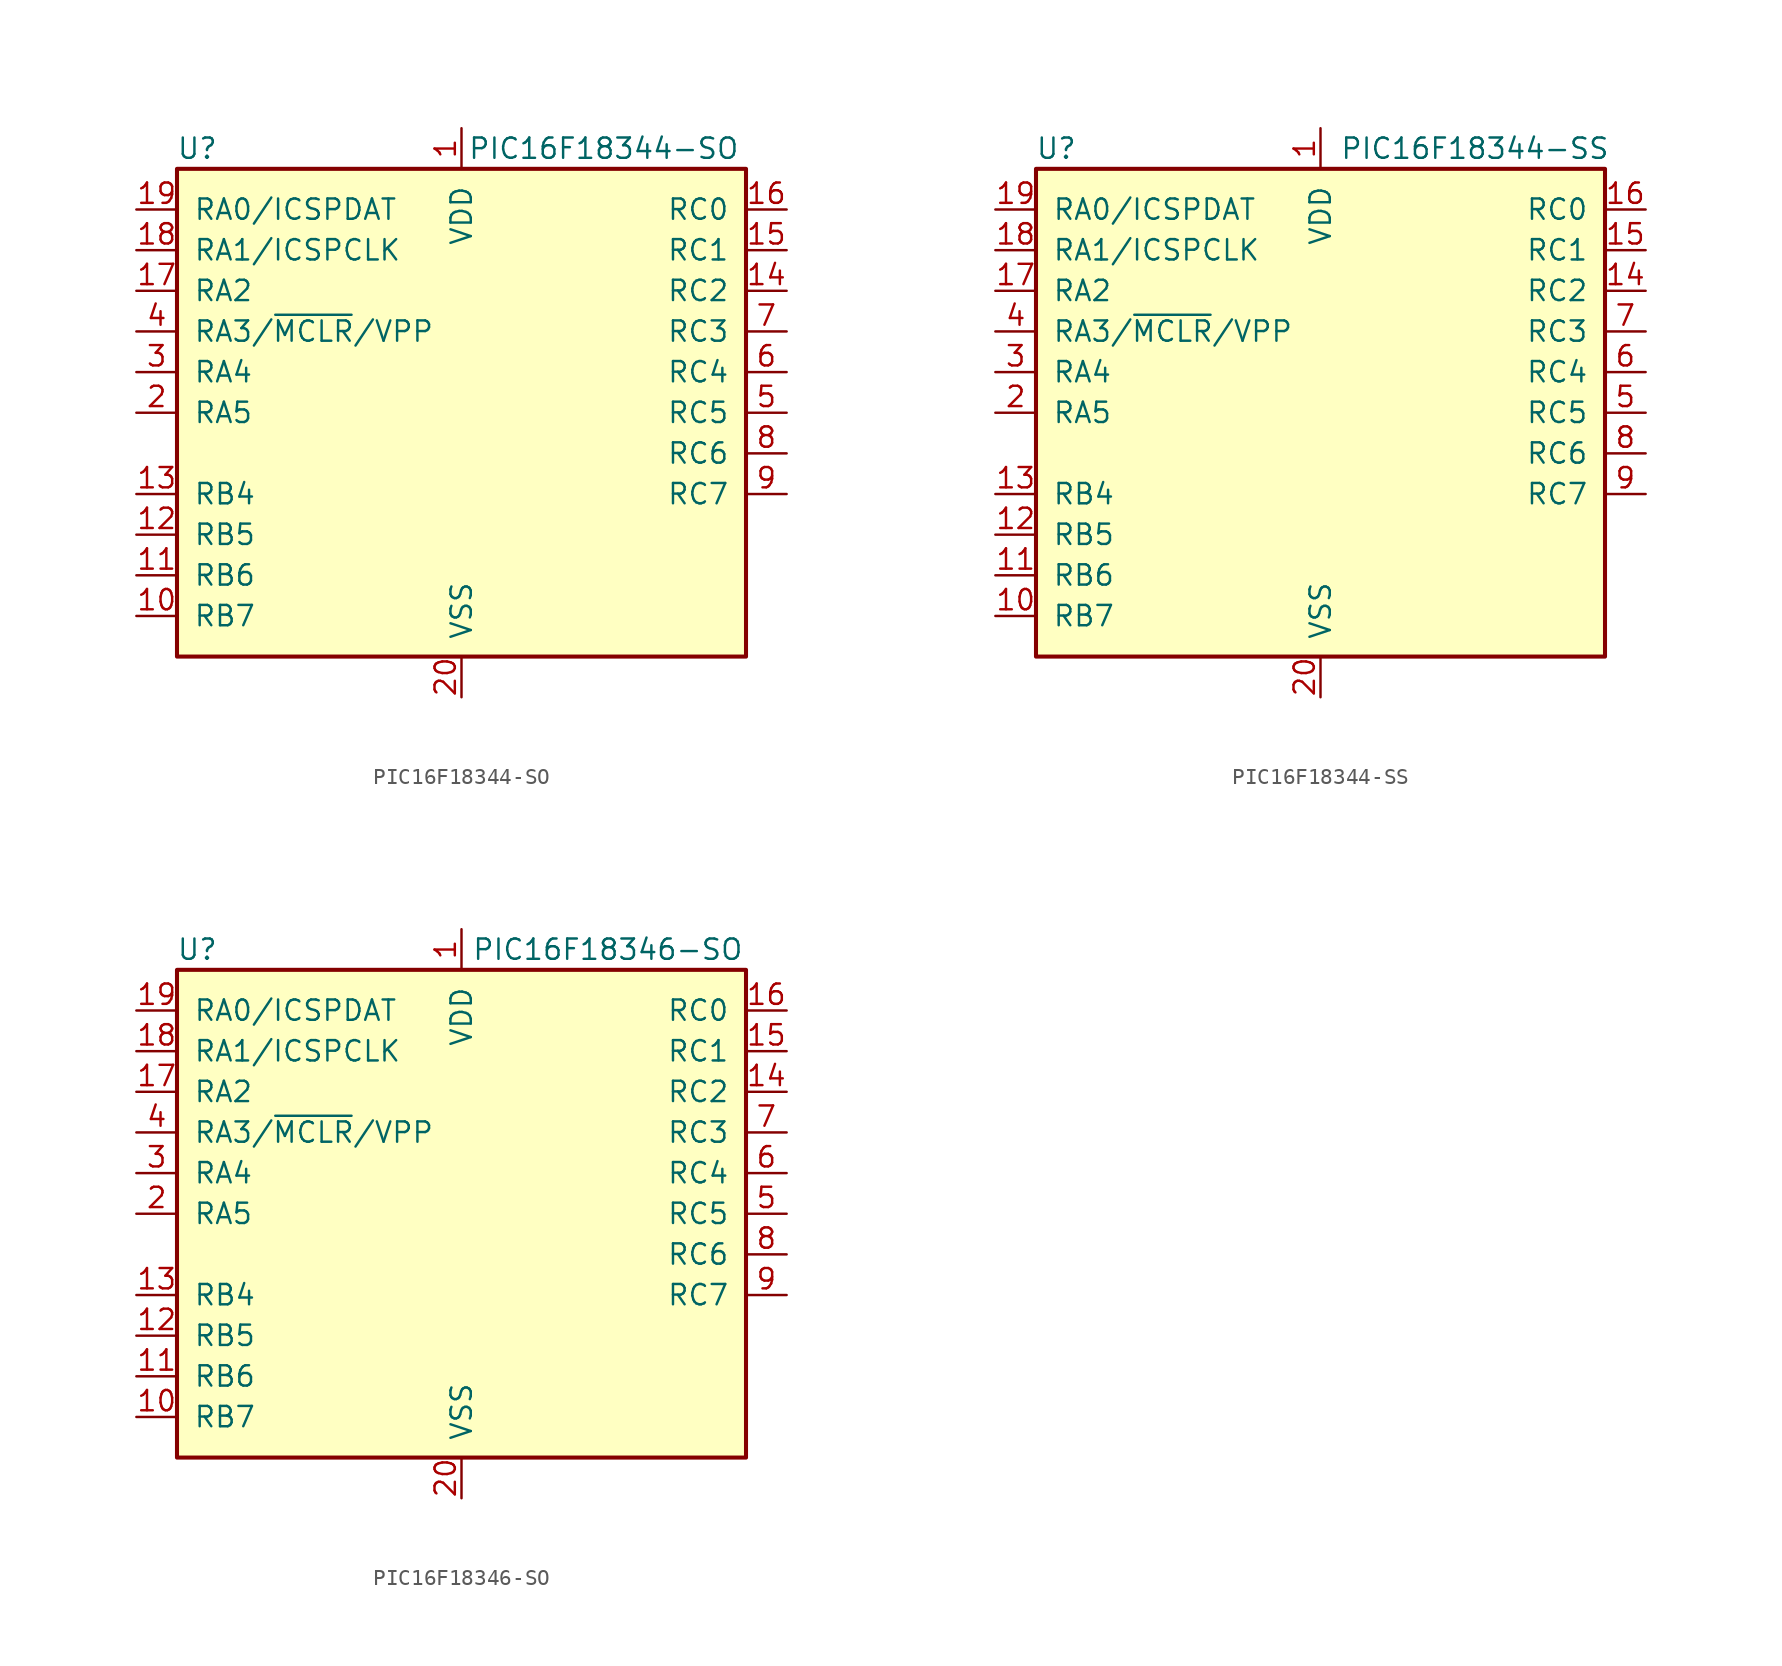
<source format=kicad_sym>
(kicad_symbol_lib
  (version 20211014)
  (generator kicad_symbol_editor)
  (symbol "PIC16F18344-SO"
    (pin_names
      (offset 1.016))
    (property "Reference" "U"
      (at -16.51 16.51 0)
      (effects (font (size 1.27 1.27))))
    (property "Value" "PIC16F18344-SO"
      (at 8.89 16.51 0)
      (effects (font (size 1.27 1.27))))
    (symbol "PIC16F18344-SO_0_1"
      (rectangle (start -17.78 15.24) (end 17.78 -15.24) (stroke (width 0.254) (type default) (color 0 0 0 0)) (fill (type background))))
    (symbol "PIC16F18344-SO_1_1"
      (pin power_in line (at 0 17.78 270) (length 2.54) (name "VDD" (effects (font (size 1.27 1.27)))) (number "1" (effects (font (size 1.27 1.27)))))
      (pin bidirectional line (at -20.32 -12.7 0) (length 2.54) (name "RB7" (effects (font (size 1.27 1.27)))) (number "10" (effects (font (size 1.27 1.27)))))
      (pin bidirectional line (at -20.32 -10.16 0) (length 2.54) (name "RB6" (effects (font (size 1.27 1.27)))) (number "11" (effects (font (size 1.27 1.27)))))
      (pin bidirectional line (at -20.32 -7.62 0) (length 2.54) (name "RB5" (effects (font (size 1.27 1.27)))) (number "12" (effects (font (size 1.27 1.27)))))
      (pin bidirectional line (at -20.32 -5.08 0) (length 2.54) (name "RB4" (effects (font (size 1.27 1.27)))) (number "13" (effects (font (size 1.27 1.27)))))
      (pin bidirectional line (at 20.32 7.62 180) (length 2.54) (name "RC2" (effects (font (size 1.27 1.27)))) (number "14" (effects (font (size 1.27 1.27)))))
      (pin bidirectional line (at 20.32 10.16 180) (length 2.54) (name "RC1" (effects (font (size 1.27 1.27)))) (number "15" (effects (font (size 1.27 1.27)))))
      (pin bidirectional line (at 20.32 12.7 180) (length 2.54) (name "RC0" (effects (font (size 1.27 1.27)))) (number "16" (effects (font (size 1.27 1.27)))))
      (pin bidirectional line (at -20.32 7.62 0) (length 2.54) (name "RA2" (effects (font (size 1.27 1.27)))) (number "17" (effects (font (size 1.27 1.27)))))
      (pin bidirectional line (at -20.32 10.16 0) (length 2.54) (name "RA1/ICSPCLK" (effects (font (size 1.27 1.27)))) (number "18" (effects (font (size 1.27 1.27)))))
      (pin bidirectional line (at -20.32 12.7 0) (length 2.54) (name "RA0/ICSPDAT" (effects (font (size 1.27 1.27)))) (number "19" (effects (font (size 1.27 1.27)))))
      (pin bidirectional line (at -20.32 0 0) (length 2.54) (name "RA5" (effects (font (size 1.27 1.27)))) (number "2" (effects (font (size 1.27 1.27)))))
      (pin power_in line (at 0 -17.78 90) (length 2.54) (name "VSS" (effects (font (size 1.27 1.27)))) (number "20" (effects (font (size 1.27 1.27)))))
      (pin bidirectional line (at -20.32 2.54 0) (length 2.54) (name "RA4" (effects (font (size 1.27 1.27)))) (number "3" (effects (font (size 1.27 1.27)))))
      (pin bidirectional line (at -20.32 5.08 0) (length 2.54) (name "RA3/~{MCLR}/VPP" (effects (font (size 1.27 1.27)))) (number "4" (effects (font (size 1.27 1.27)))))
      (pin bidirectional line (at 20.32 0 180) (length 2.54) (name "RC5" (effects (font (size 1.27 1.27)))) (number "5" (effects (font (size 1.27 1.27)))))
      (pin bidirectional line (at 20.32 2.54 180) (length 2.54) (name "RC4" (effects (font (size 1.27 1.27)))) (number "6" (effects (font (size 1.27 1.27)))))
      (pin bidirectional line (at 20.32 5.08 180) (length 2.54) (name "RC3" (effects (font (size 1.27 1.27)))) (number "7" (effects (font (size 1.27 1.27)))))
      (pin bidirectional line (at 20.32 -2.54 180) (length 2.54) (name "RC6" (effects (font (size 1.27 1.27)))) (number "8" (effects (font (size 1.27 1.27)))))
      (pin bidirectional line (at 20.32 -5.08 180) (length 2.54) (name "RC7" (effects (font (size 1.27 1.27)))) (number "9" (effects (font (size 1.27 1.27)))))))
  (symbol "PIC16F18344-SS"
    (pin_names
      (offset 1.016))
    (property "Reference" "U"
      (at -16.51 16.51 0)
      (effects (font (size 1.27 1.27))))
    (property "Value" "PIC16F18344-SS"
      (at 9.652 16.51 0)
      (effects (font (size 1.27 1.27))))
    (symbol "PIC16F18344-SS_0_1"
      (rectangle (start -17.78 15.24) (end 17.78 -15.24) (stroke (width 0.254) (type default) (color 0 0 0 0)) (fill (type background))))
    (symbol "PIC16F18344-SS_1_1"
      (pin power_in line (at 0 17.78 270) (length 2.54) (name "VDD" (effects (font (size 1.27 1.27)))) (number "1" (effects (font (size 1.27 1.27)))))
      (pin bidirectional line (at -20.32 -12.7 0) (length 2.54) (name "RB7" (effects (font (size 1.27 1.27)))) (number "10" (effects (font (size 1.27 1.27)))))
      (pin bidirectional line (at -20.32 -10.16 0) (length 2.54) (name "RB6" (effects (font (size 1.27 1.27)))) (number "11" (effects (font (size 1.27 1.27)))))
      (pin bidirectional line (at -20.32 -7.62 0) (length 2.54) (name "RB5" (effects (font (size 1.27 1.27)))) (number "12" (effects (font (size 1.27 1.27)))))
      (pin bidirectional line (at -20.32 -5.08 0) (length 2.54) (name "RB4" (effects (font (size 1.27 1.27)))) (number "13" (effects (font (size 1.27 1.27)))))
      (pin bidirectional line (at 20.32 7.62 180) (length 2.54) (name "RC2" (effects (font (size 1.27 1.27)))) (number "14" (effects (font (size 1.27 1.27)))))
      (pin bidirectional line (at 20.32 10.16 180) (length 2.54) (name "RC1" (effects (font (size 1.27 1.27)))) (number "15" (effects (font (size 1.27 1.27)))))
      (pin bidirectional line (at 20.32 12.7 180) (length 2.54) (name "RC0" (effects (font (size 1.27 1.27)))) (number "16" (effects (font (size 1.27 1.27)))))
      (pin bidirectional line (at -20.32 7.62 0) (length 2.54) (name "RA2" (effects (font (size 1.27 1.27)))) (number "17" (effects (font (size 1.27 1.27)))))
      (pin bidirectional line (at -20.32 10.16 0) (length 2.54) (name "RA1/ICSPCLK" (effects (font (size 1.27 1.27)))) (number "18" (effects (font (size 1.27 1.27)))))
      (pin bidirectional line (at -20.32 12.7 0) (length 2.54) (name "RA0/ICSPDAT" (effects (font (size 1.27 1.27)))) (number "19" (effects (font (size 1.27 1.27)))))
      (pin bidirectional line (at -20.32 0 0) (length 2.54) (name "RA5" (effects (font (size 1.27 1.27)))) (number "2" (effects (font (size 1.27 1.27)))))
      (pin power_in line (at 0 -17.78 90) (length 2.54) (name "VSS" (effects (font (size 1.27 1.27)))) (number "20" (effects (font (size 1.27 1.27)))))
      (pin bidirectional line (at -20.32 2.54 0) (length 2.54) (name "RA4" (effects (font (size 1.27 1.27)))) (number "3" (effects (font (size 1.27 1.27)))))
      (pin bidirectional line (at -20.32 5.08 0) (length 2.54) (name "RA3/~{MCLR}/VPP" (effects (font (size 1.27 1.27)))) (number "4" (effects (font (size 1.27 1.27)))))
      (pin bidirectional line (at 20.32 0 180) (length 2.54) (name "RC5" (effects (font (size 1.27 1.27)))) (number "5" (effects (font (size 1.27 1.27)))))
      (pin bidirectional line (at 20.32 2.54 180) (length 2.54) (name "RC4" (effects (font (size 1.27 1.27)))) (number "6" (effects (font (size 1.27 1.27)))))
      (pin bidirectional line (at 20.32 5.08 180) (length 2.54) (name "RC3" (effects (font (size 1.27 1.27)))) (number "7" (effects (font (size 1.27 1.27)))))
      (pin bidirectional line (at 20.32 -2.54 180) (length 2.54) (name "RC6" (effects (font (size 1.27 1.27)))) (number "8" (effects (font (size 1.27 1.27)))))
      (pin bidirectional line (at 20.32 -5.08 180) (length 2.54) (name "RC7" (effects (font (size 1.27 1.27)))) (number "9" (effects (font (size 1.27 1.27)))))))
  (symbol "PIC16F18346-SO"
    (pin_names
      (offset 1.016))
    (property "Reference" "U"
      (at -16.51 16.51 0)
      (effects (font (size 1.27 1.27))))
    (property "Value" "PIC16F18346-SO"
      (at 9.144 16.51 0)
      (effects (font (size 1.27 1.27))))
    (symbol "PIC16F18346-SO_0_1"
      (rectangle (start -17.78 15.24) (end 17.78 -15.24) (stroke (width 0.254) (type default) (color 0 0 0 0)) (fill (type background))))
    (symbol "PIC16F18346-SO_1_1"
      (pin power_in line (at 0 17.78 270) (length 2.54) (name "VDD" (effects (font (size 1.27 1.27)))) (number "1" (effects (font (size 1.27 1.27)))))
      (pin bidirectional line (at -20.32 -12.7 0) (length 2.54) (name "RB7" (effects (font (size 1.27 1.27)))) (number "10" (effects (font (size 1.27 1.27)))))
      (pin bidirectional line (at -20.32 -10.16 0) (length 2.54) (name "RB6" (effects (font (size 1.27 1.27)))) (number "11" (effects (font (size 1.27 1.27)))))
      (pin bidirectional line (at -20.32 -7.62 0) (length 2.54) (name "RB5" (effects (font (size 1.27 1.27)))) (number "12" (effects (font (size 1.27 1.27)))))
      (pin bidirectional line (at -20.32 -5.08 0) (length 2.54) (name "RB4" (effects (font (size 1.27 1.27)))) (number "13" (effects (font (size 1.27 1.27)))))
      (pin bidirectional line (at 20.32 7.62 180) (length 2.54) (name "RC2" (effects (font (size 1.27 1.27)))) (number "14" (effects (font (size 1.27 1.27)))))
      (pin bidirectional line (at 20.32 10.16 180) (length 2.54) (name "RC1" (effects (font (size 1.27 1.27)))) (number "15" (effects (font (size 1.27 1.27)))))
      (pin bidirectional line (at 20.32 12.7 180) (length 2.54) (name "RC0" (effects (font (size 1.27 1.27)))) (number "16" (effects (font (size 1.27 1.27)))))
      (pin bidirectional line (at -20.32 7.62 0) (length 2.54) (name "RA2" (effects (font (size 1.27 1.27)))) (number "17" (effects (font (size 1.27 1.27)))))
      (pin bidirectional line (at -20.32 10.16 0) (length 2.54) (name "RA1/ICSPCLK" (effects (font (size 1.27 1.27)))) (number "18" (effects (font (size 1.27 1.27)))))
      (pin bidirectional line (at -20.32 12.7 0) (length 2.54) (name "RA0/ICSPDAT" (effects (font (size 1.27 1.27)))) (number "19" (effects (font (size 1.27 1.27)))))
      (pin bidirectional line (at -20.32 0 0) (length 2.54) (name "RA5" (effects (font (size 1.27 1.27)))) (number "2" (effects (font (size 1.27 1.27)))))
      (pin power_in line (at 0 -17.78 90) (length 2.54) (name "VSS" (effects (font (size 1.27 1.27)))) (number "20" (effects (font (size 1.27 1.27)))))
      (pin bidirectional line (at -20.32 2.54 0) (length 2.54) (name "RA4" (effects (font (size 1.27 1.27)))) (number "3" (effects (font (size 1.27 1.27)))))
      (pin bidirectional line (at -20.32 5.08 0) (length 2.54) (name "RA3/~{MCLR}/VPP" (effects (font (size 1.27 1.27)))) (number "4" (effects (font (size 1.27 1.27)))))
      (pin bidirectional line (at 20.32 0 180) (length 2.54) (name "RC5" (effects (font (size 1.27 1.27)))) (number "5" (effects (font (size 1.27 1.27)))))
      (pin bidirectional line (at 20.32 2.54 180) (length 2.54) (name "RC4" (effects (font (size 1.27 1.27)))) (number "6" (effects (font (size 1.27 1.27)))))
      (pin bidirectional line (at 20.32 5.08 180) (length 2.54) (name "RC3" (effects (font (size 1.27 1.27)))) (number "7" (effects (font (size 1.27 1.27)))))
      (pin bidirectional line (at 20.32 -2.54 180) (length 2.54) (name "RC6" (effects (font (size 1.27 1.27)))) (number "8" (effects (font (size 1.27 1.27)))))
      (pin bidirectional line (at 20.32 -5.08 180) (length 2.54) (name "RC7" (effects (font (size 1.27 1.27)))) (number "9" (effects (font (size 1.27 1.27))))))))
</source>
